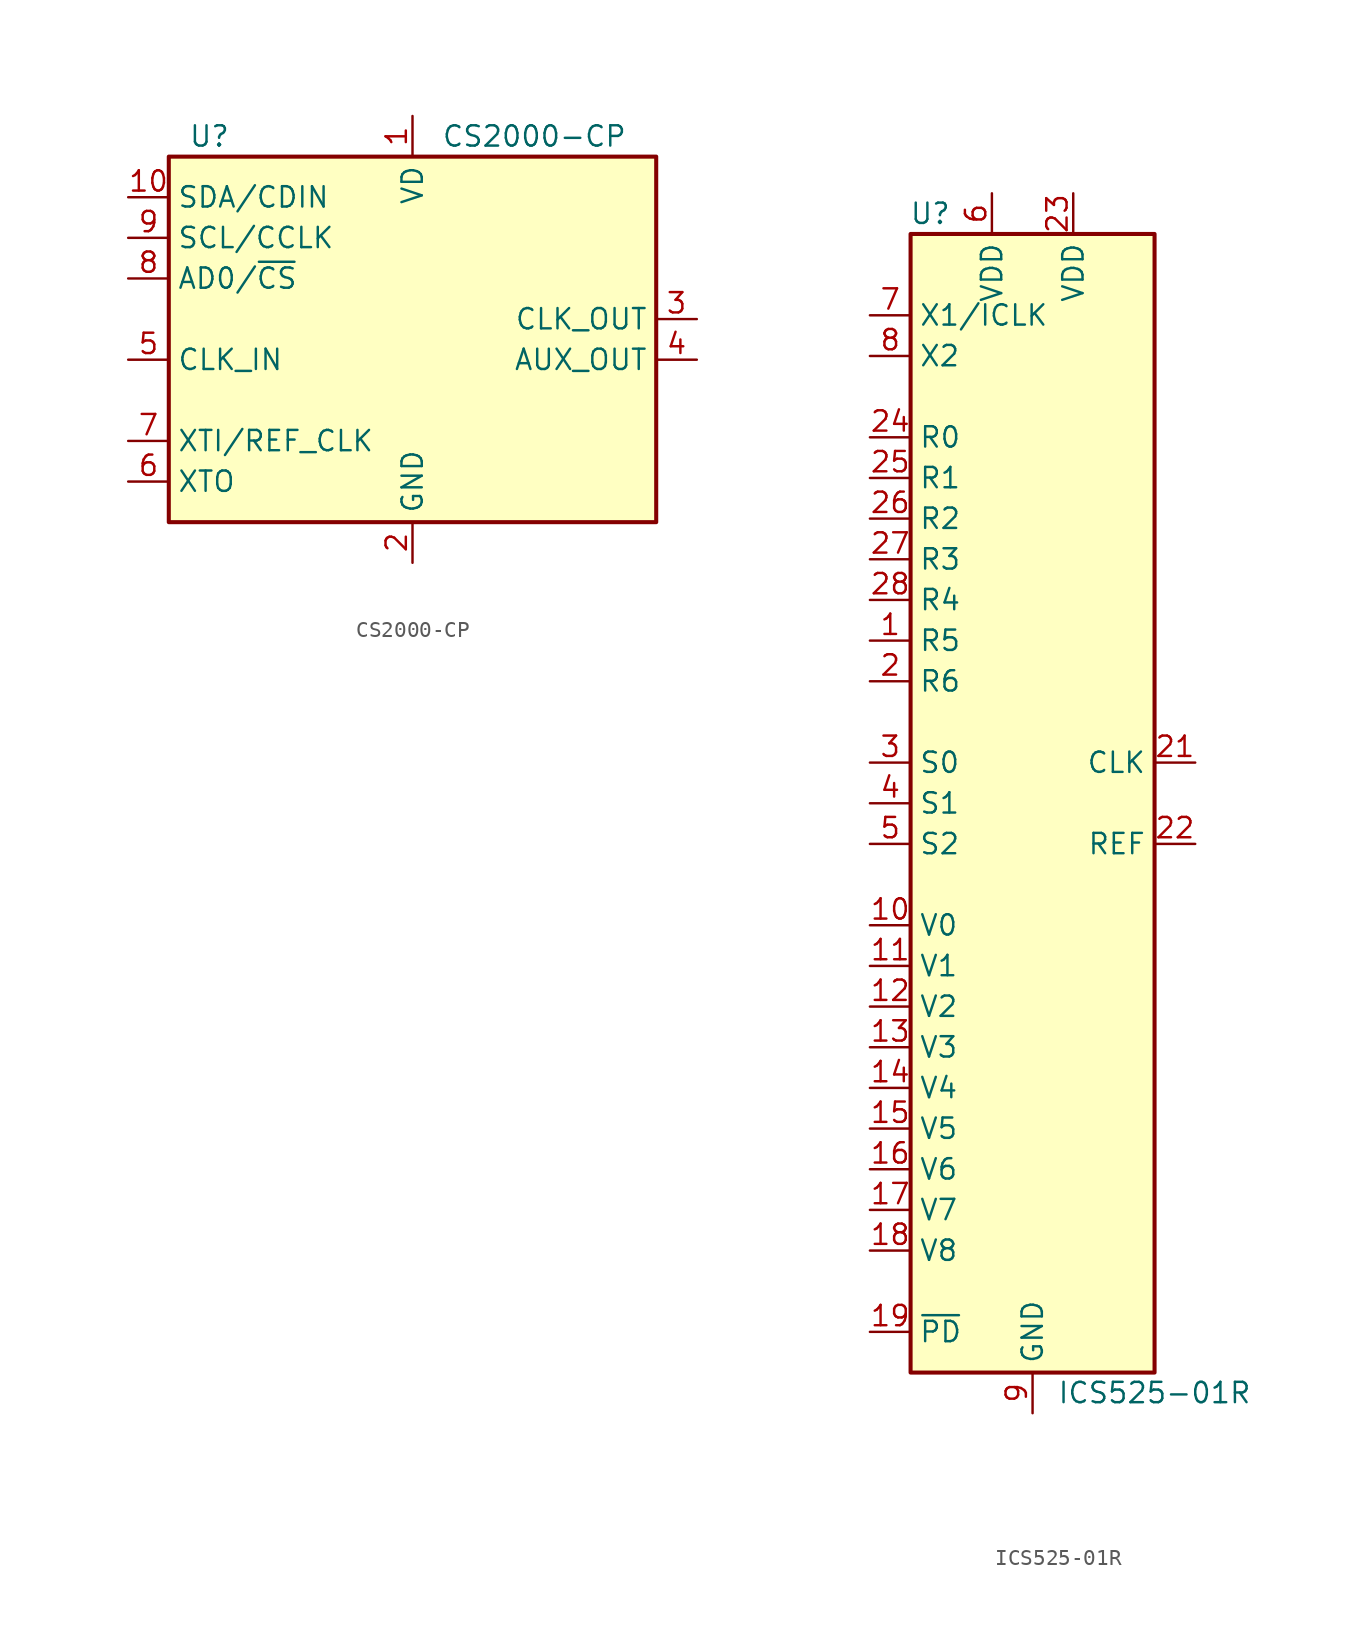
<source format=kicad_sym>
(kicad_symbol_lib
  (version 20211014)
  (generator kicad_symbol_editor)
  (symbol "CS2000-CP"
    (property "Reference" "U"
      (at -12.7 13.97 0)
      (effects (font (size 1.27 1.27))))
    (property "Value" "CS2000-CP"
      (at 7.62 13.97 0)
      (effects (font (size 1.27 1.27))))
    (symbol "CS2000-CP_0_1"
      (rectangle (start -15.24 12.7) (end 15.24 -10.16) (stroke (width 0.254) (type default) (color 0 0 0 0)) (fill (type background))))
    (symbol "CS2000-CP_1_1"
      (pin power_in line (at 0 15.24 270) (length 2.54) (name "VD" (effects (font (size 1.27 1.27)))) (number "1" (effects (font (size 1.27 1.27)))))
      (pin bidirectional line (at -17.78 10.16 0) (length 2.54) (name "SDA/CDIN" (effects (font (size 1.27 1.27)))) (number "10" (effects (font (size 1.27 1.27)))))
      (pin power_in line (at 0 -12.7 90) (length 2.54) (name "GND" (effects (font (size 1.27 1.27)))) (number "2" (effects (font (size 1.27 1.27)))))
      (pin output line (at 17.78 2.54 180) (length 2.54) (name "CLK_OUT" (effects (font (size 1.27 1.27)))) (number "3" (effects (font (size 1.27 1.27)))))
      (pin output line (at 17.78 0 180) (length 2.54) (name "AUX_OUT" (effects (font (size 1.27 1.27)))) (number "4" (effects (font (size 1.27 1.27)))))
      (pin input line (at -17.78 0 0) (length 2.54) (name "CLK_IN" (effects (font (size 1.27 1.27)))) (number "5" (effects (font (size 1.27 1.27)))))
      (pin output line (at -17.78 -7.62 0) (length 2.54) (name "XTO" (effects (font (size 1.27 1.27)))) (number "6" (effects (font (size 1.27 1.27)))))
      (pin input line (at -17.78 -5.08 0) (length 2.54) (name "XTI/REF_CLK" (effects (font (size 1.27 1.27)))) (number "7" (effects (font (size 1.27 1.27)))))
      (pin input line (at -17.78 5.08 0) (length 2.54) (name "AD0/~{CS}" (effects (font (size 1.27 1.27)))) (number "8" (effects (font (size 1.27 1.27)))))
      (pin input line (at -17.78 7.62 0) (length 2.54) (name "SCL/CCLK" (effects (font (size 1.27 1.27)))) (number "9" (effects (font (size 1.27 1.27)))))))
  (symbol "ICS525-01R"
    (property "Reference" "U"
      (at -5.08 36.83 0)
      (effects (font (size 1.27 1.27)) (justify right)))
    (property "Value" "ICS525-01R"
      (at 7.62 -36.83 0)
      (effects (font (size 1.27 1.27))))
    (symbol "ICS525-01R_0_1"
      (rectangle (start -7.62 35.56) (end 7.62 -35.56) (stroke (width 0.254) (type default) (color 0 0 0 0)) (fill (type background))))
    (symbol "ICS525-01R_1_1"
      (pin input line (at -10.16 10.16 0) (length 2.54) (name "R5" (effects (font (size 1.27 1.27)))) (number "1" (effects (font (size 1.27 1.27)))))
      (pin input line (at -10.16 -7.62 0) (length 2.54) (name "V0" (effects (font (size 1.27 1.27)))) (number "10" (effects (font (size 1.27 1.27)))))
      (pin input line (at -10.16 -10.16 0) (length 2.54) (name "V1" (effects (font (size 1.27 1.27)))) (number "11" (effects (font (size 1.27 1.27)))))
      (pin input line (at -10.16 -12.7 0) (length 2.54) (name "V2" (effects (font (size 1.27 1.27)))) (number "12" (effects (font (size 1.27 1.27)))))
      (pin input line (at -10.16 -15.24 0) (length 2.54) (name "V3" (effects (font (size 1.27 1.27)))) (number "13" (effects (font (size 1.27 1.27)))))
      (pin input line (at -10.16 -17.78 0) (length 2.54) (name "V4" (effects (font (size 1.27 1.27)))) (number "14" (effects (font (size 1.27 1.27)))))
      (pin input line (at -10.16 -20.32 0) (length 2.54) (name "V5" (effects (font (size 1.27 1.27)))) (number "15" (effects (font (size 1.27 1.27)))))
      (pin input line (at -10.16 -22.86 0) (length 2.54) (name "V6" (effects (font (size 1.27 1.27)))) (number "16" (effects (font (size 1.27 1.27)))))
      (pin input line (at -10.16 -25.4 0) (length 2.54) (name "V7" (effects (font (size 1.27 1.27)))) (number "17" (effects (font (size 1.27 1.27)))))
      (pin input line (at -10.16 -27.94 0) (length 2.54) (name "V8" (effects (font (size 1.27 1.27)))) (number "18" (effects (font (size 1.27 1.27)))))
      (pin input line (at -10.16 -33.02 0) (length 2.54) (name "~{PD}" (effects (font (size 1.27 1.27)))) (number "19" (effects (font (size 1.27 1.27)))))
      (pin input line (at -10.16 7.62 0) (length 2.54) (name "R6" (effects (font (size 1.27 1.27)))) (number "2" (effects (font (size 1.27 1.27)))))
      (pin passive line (at 0 -38.1 90) (length 2.54) hide (name "GND" (effects (font (size 1.27 1.27)))) (number "20" (effects (font (size 1.27 1.27)))))
      (pin tri_state line (at 10.16 2.54 180) (length 2.54) (name "CLK" (effects (font (size 1.27 1.27)))) (number "21" (effects (font (size 1.27 1.27)))))
      (pin tri_state line (at 10.16 -2.54 180) (length 2.54) (name "REF" (effects (font (size 1.27 1.27)))) (number "22" (effects (font (size 1.27 1.27)))))
      (pin power_in line (at 2.54 38.1 270) (length 2.54) (name "VDD" (effects (font (size 1.27 1.27)))) (number "23" (effects (font (size 1.27 1.27)))))
      (pin input line (at -10.16 22.86 0) (length 2.54) (name "R0" (effects (font (size 1.27 1.27)))) (number "24" (effects (font (size 1.27 1.27)))))
      (pin input line (at -10.16 20.32 0) (length 2.54) (name "R1" (effects (font (size 1.27 1.27)))) (number "25" (effects (font (size 1.27 1.27)))))
      (pin input line (at -10.16 17.78 0) (length 2.54) (name "R2" (effects (font (size 1.27 1.27)))) (number "26" (effects (font (size 1.27 1.27)))))
      (pin input line (at -10.16 15.24 0) (length 2.54) (name "R3" (effects (font (size 1.27 1.27)))) (number "27" (effects (font (size 1.27 1.27)))))
      (pin input line (at -10.16 12.7 0) (length 2.54) (name "R4" (effects (font (size 1.27 1.27)))) (number "28" (effects (font (size 1.27 1.27)))))
      (pin input line (at -10.16 2.54 0) (length 2.54) (name "S0" (effects (font (size 1.27 1.27)))) (number "3" (effects (font (size 1.27 1.27)))))
      (pin input line (at -10.16 0 0) (length 2.54) (name "S1" (effects (font (size 1.27 1.27)))) (number "4" (effects (font (size 1.27 1.27)))))
      (pin input line (at -10.16 -2.54 0) (length 2.54) (name "S2" (effects (font (size 1.27 1.27)))) (number "5" (effects (font (size 1.27 1.27)))))
      (pin power_in line (at -2.54 38.1 270) (length 2.54) (name "VDD" (effects (font (size 1.27 1.27)))) (number "6" (effects (font (size 1.27 1.27)))))
      (pin input line (at -10.16 30.48 0) (length 2.54) (name "X1/ICLK" (effects (font (size 1.27 1.27)))) (number "7" (effects (font (size 1.27 1.27)))))
      (pin output line (at -10.16 27.94 0) (length 2.54) (name "X2" (effects (font (size 1.27 1.27)))) (number "8" (effects (font (size 1.27 1.27)))))
      (pin power_in line (at 0 -38.1 90) (length 2.54) (name "GND" (effects (font (size 1.27 1.27)))) (number "9" (effects (font (size 1.27 1.27))))))))
</source>
